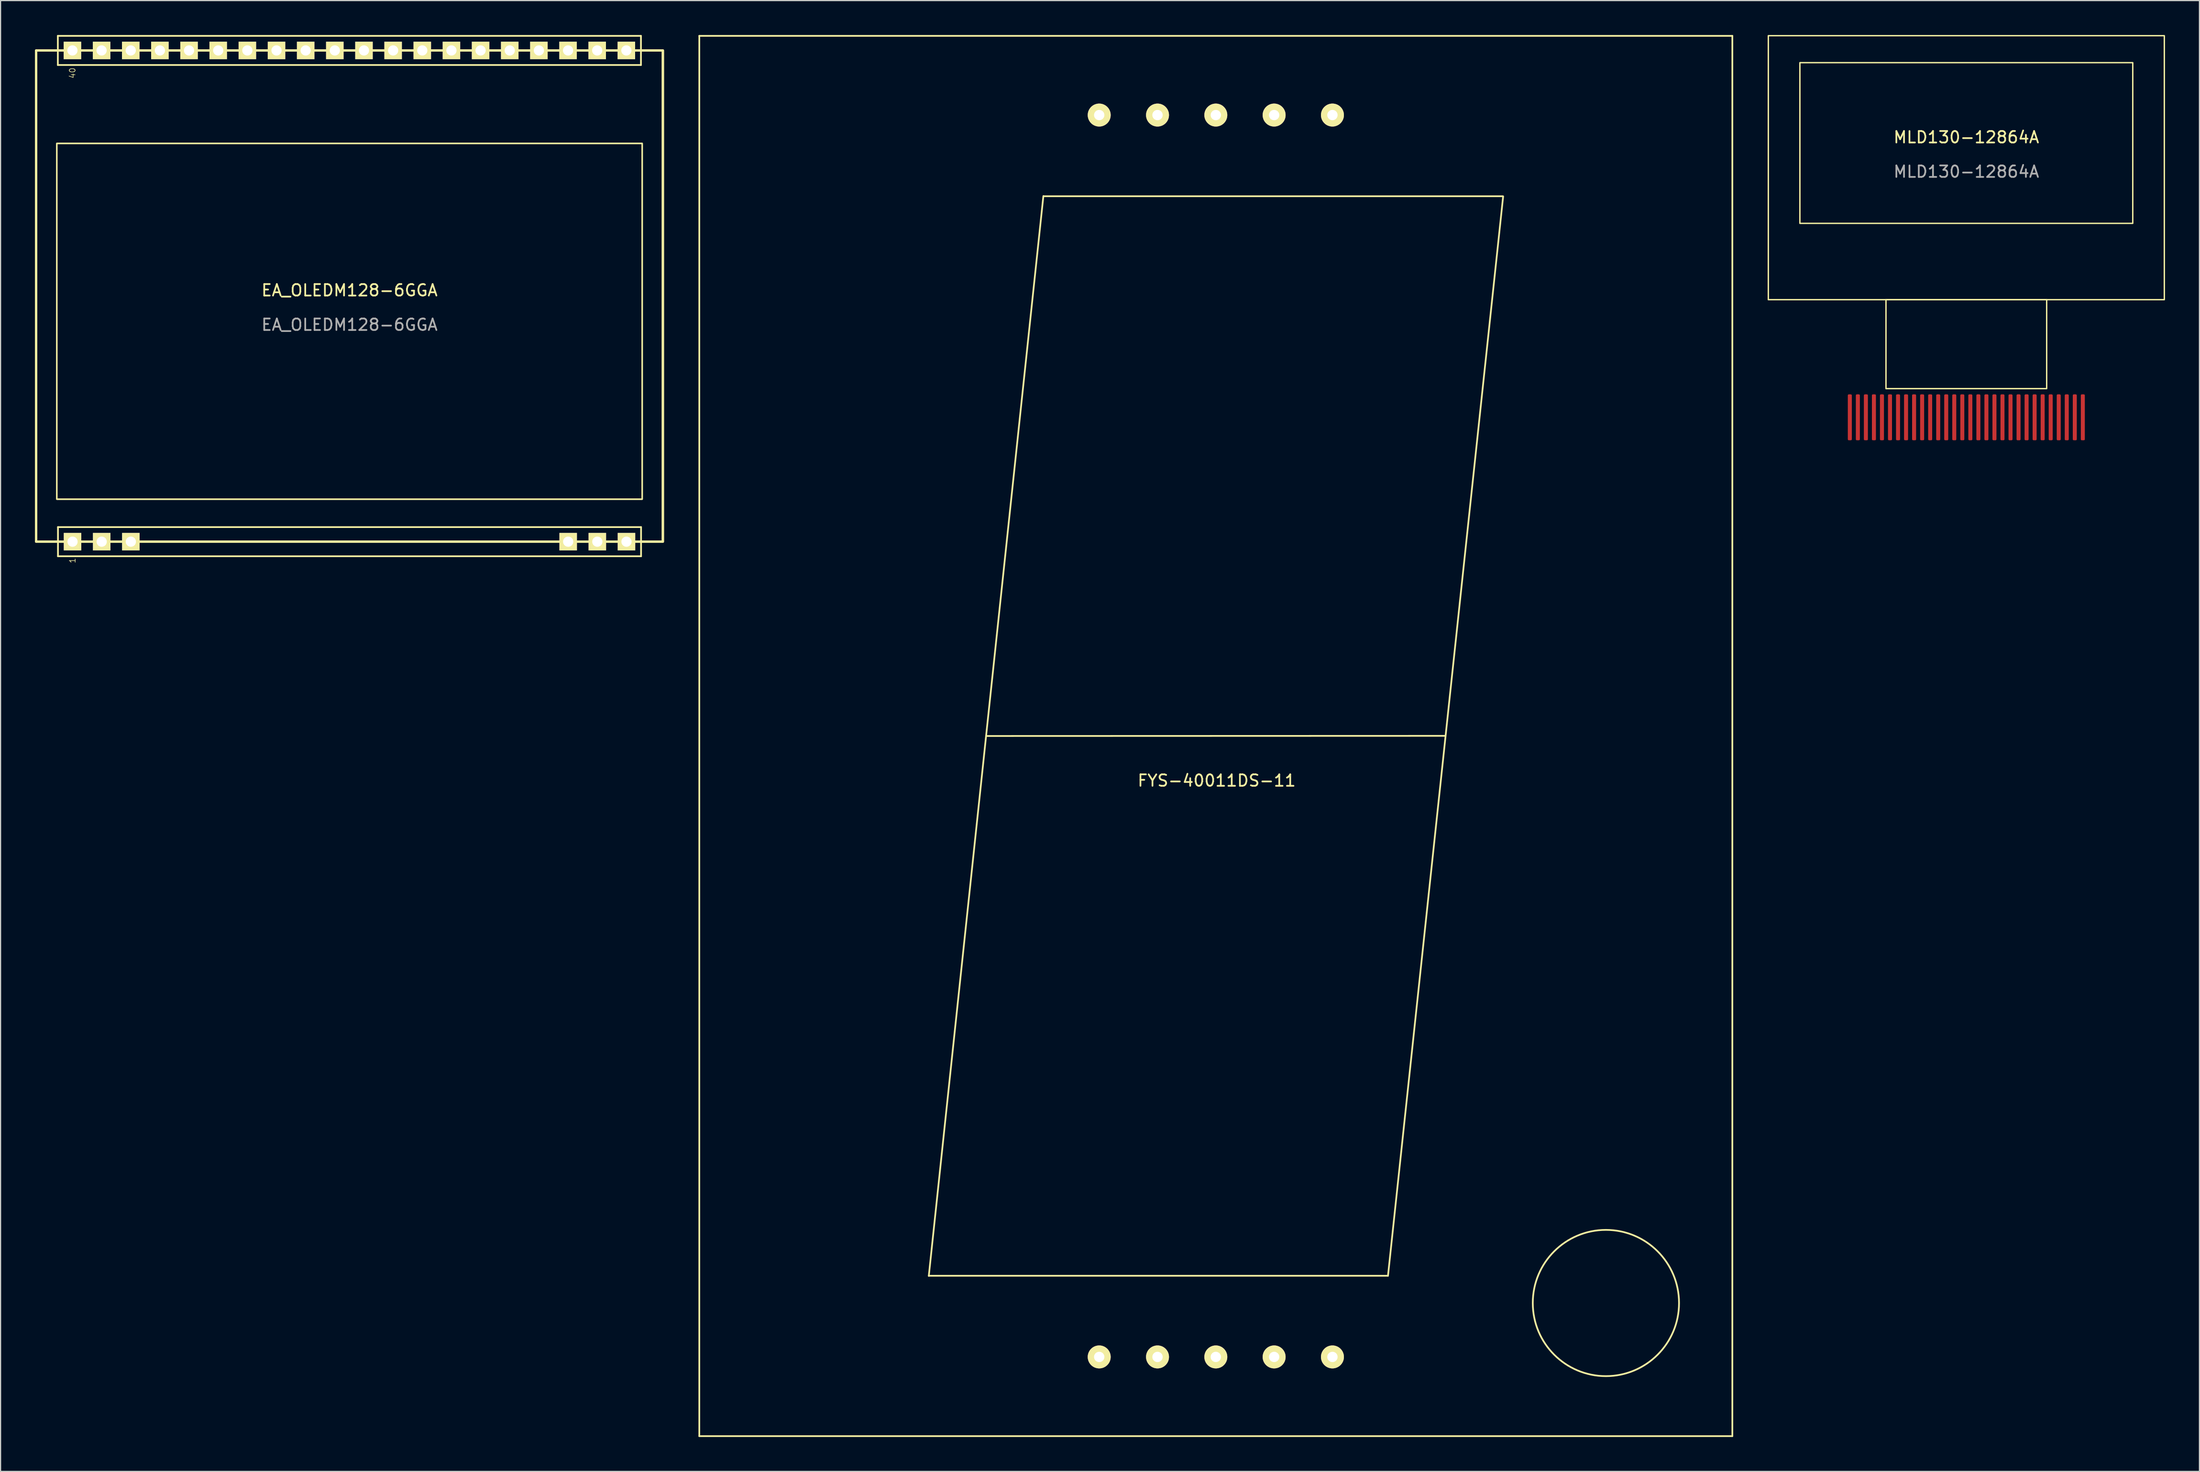
<source format=kicad_pcb>
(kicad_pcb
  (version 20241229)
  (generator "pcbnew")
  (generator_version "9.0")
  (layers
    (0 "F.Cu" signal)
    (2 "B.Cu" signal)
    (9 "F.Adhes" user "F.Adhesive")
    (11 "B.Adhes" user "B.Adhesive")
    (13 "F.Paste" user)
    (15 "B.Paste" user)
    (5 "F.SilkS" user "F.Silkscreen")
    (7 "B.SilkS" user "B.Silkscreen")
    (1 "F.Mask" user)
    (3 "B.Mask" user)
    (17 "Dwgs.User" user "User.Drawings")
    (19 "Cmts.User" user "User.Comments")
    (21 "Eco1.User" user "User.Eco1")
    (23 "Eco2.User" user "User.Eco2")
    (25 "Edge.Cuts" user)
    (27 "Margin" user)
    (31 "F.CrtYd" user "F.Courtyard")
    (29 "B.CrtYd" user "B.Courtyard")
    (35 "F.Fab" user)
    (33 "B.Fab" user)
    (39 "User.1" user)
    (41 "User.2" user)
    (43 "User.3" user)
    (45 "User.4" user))
  (footprint "EA_OLEDM128-6GGA"
    (layer "F.Cu")
    (at 27.4 22.745)
    (property "Reference" "EA_OLEDM128-6GGA" (at 0 -0.5 0) (unlocked yes) (layer "F.SilkS") (effects (font (size 1 1) (thickness 0.15))))
    (attr through_hole)
    (fp_line (start -25.41 -22.67) (end 25.39 -22.67) (stroke (width 0.15) (type solid)) (layer "F.SilkS"))
    (fp_line (start -25.41 -20.13) (end -25.41 -22.67) (stroke (width 0.15) (type solid)) (layer "F.SilkS"))
    (fp_line (start -25.4 20.13) (end 25.4 20.13) (stroke (width 0.15) (type solid)) (layer "F.SilkS"))
    (fp_line (start -25.4 22.67) (end -25.4 20.13) (stroke (width 0.15) (type solid)) (layer "F.SilkS"))
    (fp_line (start 25.39 -22.67) (end 25.39 -20.13) (stroke (width 0.15) (type solid)) (layer "F.SilkS"))
    (fp_line (start 25.39 -20.13) (end -25.41 -20.13) (stroke (width 0.15) (type solid)) (layer "F.SilkS"))
    (fp_line (start 25.4 20.13) (end 25.4 22.67) (stroke (width 0.15) (type solid)) (layer "F.SilkS"))
    (fp_line (start 25.4 22.67) (end -25.4 22.67) (stroke (width 0.15) (type solid)) (layer "F.SilkS"))
    (fp_rect (start -27.3 -21.4) (end 27.3 21.4) (stroke (width 0.2) (type solid)) (fill no) (layer "F.SilkS"))
    (fp_rect (start -27.3 -21.4) (end 27.3 21.4) (stroke (width 0.2) (type solid)) (fill no) (layer "F.SilkS"))
    (fp_rect (start -25.5 -13.3) (end 25.5 17.7) (stroke (width 0.12) (type solid)) (fill no) (layer "F.SilkS"))
    (fp_rect (start -25.5 -13.3) (end 25.5 17.7) (stroke (width 0.12) (type solid)) (fill no) (layer "F.SilkS"))
    (fp_text user "40" (at -24.14 -19.43 90) (layer "F.SilkS") (effects (font (size 0.5 0.5) (thickness 0.05))))
    (fp_text user "1" (at -24.13 23.051 90) (layer "F.SilkS") (effects (font (size 0.5 0.5) (thickness 0.05))))
    (fp_text user "${REFERENCE}" (at 0 2.5 0) (unlocked yes) (layer "F.Fab") (effects (font (size 1 1) (thickness 0.15))))
    (pad "1" thru_hole rect (at -24.13 21.4 90) (size 1.524 1.524) (drill 0.889) (layers "*.Cu" "*.Mask" "F.SilkS"))
    (pad "2" thru_hole rect (at -21.59 21.4 90) (size 1.524 1.524) (drill 0.889) (layers "*.Cu" "*.Mask" "F.SilkS"))
    (pad "3" thru_hole rect (at -19.05 21.4 90) (size 1.524 1.524) (drill 0.889) (layers "*.Cu" "*.Mask" "F.SilkS"))
    (pad "18" thru_hole rect (at 19.05 21.4 90) (size 1.524 1.524) (drill 0.889) (layers "*.Cu" "*.Mask" "F.SilkS"))
    (pad "19" thru_hole rect (at 21.59 21.4 90) (size 1.524 1.524) (drill 0.889) (layers "*.Cu" "*.Mask" "F.SilkS"))
    (pad "20" thru_hole rect (at 24.13 21.4 90) (size 1.524 1.524) (drill 0.889) (layers "*.Cu" "*.Mask" "F.SilkS"))
    (pad "21" thru_hole rect (at 24.12 -21.4 90) (size 1.524 1.524) (drill 0.889) (layers "*.Cu" "*.Mask" "F.SilkS"))
    (pad "22" thru_hole rect (at 21.58 -21.4 90) (size 1.524 1.524) (drill 0.889) (layers "*.Cu" "*.Mask" "F.SilkS"))
    (pad "23" thru_hole rect (at 19.04 -21.4 90) (size 1.524 1.524) (drill 0.889) (layers "*.Cu" "*.Mask" "F.SilkS"))
    (pad "24" thru_hole rect (at 16.5 -21.4 90) (size 1.524 1.524) (drill 0.889) (layers "*.Cu" "*.Mask" "F.SilkS"))
    (pad "25" thru_hole rect (at 13.96 -21.4 90) (size 1.524 1.524) (drill 0.889) (layers "*.Cu" "*.Mask" "F.SilkS"))
    (pad "26" thru_hole rect (at 11.42 -21.4 90) (size 1.524 1.524) (drill 0.889) (layers "*.Cu" "*.Mask" "F.SilkS"))
    (pad "27" thru_hole rect (at 8.88 -21.4 90) (size 1.524 1.524) (drill 0.889) (layers "*.Cu" "*.Mask" "F.SilkS"))
    (pad "28" thru_hole rect (at 6.34 -21.4 90) (size 1.524 1.524) (drill 0.889) (layers "*.Cu" "*.Mask" "F.SilkS"))
    (pad "29" thru_hole rect (at 3.8 -21.4 90) (size 1.524 1.524) (drill 0.889) (layers "*.Cu" "*.Mask" "F.SilkS"))
    (pad "30" thru_hole rect (at 1.26 -21.4 90) (size 1.524 1.524) (drill 0.889) (layers "*.Cu" "*.Mask" "F.SilkS"))
    (pad "31" thru_hole rect (at -1.28 -21.4 90) (size 1.524 1.524) (drill 0.889) (layers "*.Cu" "*.Mask" "F.SilkS"))
    (pad "32" thru_hole rect (at -3.82 -21.4 90) (size 1.524 1.524) (drill 0.889) (layers "*.Cu" "*.Mask" "F.SilkS"))
    (pad "33" thru_hole rect (at -6.36 -21.4 90) (size 1.524 1.524) (drill 0.889) (layers "*.Cu" "*.Mask" "F.SilkS"))
    (pad "34" thru_hole rect (at -8.9 -21.4 90) (size 1.524 1.524) (drill 0.889) (layers "*.Cu" "*.Mask" "F.SilkS"))
    (pad "35" thru_hole rect (at -11.44 -21.4 90) (size 1.524 1.524) (drill 0.889) (layers "*.Cu" "*.Mask" "F.SilkS"))
    (pad "36" thru_hole rect (at -13.98 -21.4 90) (size 1.524 1.524) (drill 0.889) (layers "*.Cu" "*.Mask" "F.SilkS"))
    (pad "37" thru_hole rect (at -16.52 -21.4 90) (size 1.524 1.524) (drill 0.889) (layers "*.Cu" "*.Mask" "F.SilkS"))
    (pad "38" thru_hole rect (at -19.06 -21.4 90) (size 1.524 1.524) (drill 0.889) (layers "*.Cu" "*.Mask" "F.SilkS"))
    (pad "39" thru_hole rect (at -21.6 -21.4 90) (size 1.524 1.524) (drill 0.889) (layers "*.Cu" "*.Mask" "F.SilkS"))
    (pad "40" thru_hole rect (at -24.14 -21.4 90) (size 1.524 1.524) (drill 0.889) (layers "*.Cu" "*.Mask" "F.SilkS")))
  (footprint "FYS-40011DS-11"
    (layer "F.Cu")
    (at 102.875 61.075)
    (property "Reference" "FYS-40011DS-11" (at 0.076 3.886 0) (layer "F.SilkS") (effects (font (size 1 1) (thickness 0.15))))
    (attr through_hole)
    (fp_line (start -45 -61) (end 45 -61) (stroke (width 0.15) (type solid)) (layer "F.SilkS"))
    (fp_line (start -45 61) (end -45 -61) (stroke (width 0.15) (type solid)) (layer "F.SilkS"))
    (fp_line (start -25 47.028) (end 15 47.028) (stroke (width 0.15) (type solid)) (layer "F.SilkS"))
    (fp_line (start -20.015 0) (end 20.003 -0.013) (stroke (width 0.15) (type solid)) (layer "F.SilkS"))
    (fp_line (start -15.024 -47.041) (end -25.006 47.041) (stroke (width 0.15) (type solid)) (layer "F.SilkS"))
    (fp_line (start -15 -47.028) (end 25 -47.028) (stroke (width 0.15) (type solid)) (layer "F.SilkS"))
    (fp_line (start 25.032 -47.015) (end 14.999 47.028) (stroke (width 0.15) (type solid)) (layer "F.SilkS"))
    (fp_line (start 45 -61) (end 45 61) (stroke (width 0.15) (type solid)) (layer "F.SilkS"))
    (fp_line (start 45 61) (end -45 61) (stroke (width 0.15) (type solid)) (layer "F.SilkS"))
    (fp_circle (center 33.985 49.403) (end 31.826 43.409) (stroke (width 0.15) (type solid)) (fill no) (layer "F.SilkS"))
    (pad "1" thru_hole circle (at -10.16 54.1) (size 2 2) (drill 0.9) (layers "*.Cu" "*.Mask" "F.SilkS"))
    (pad "2" thru_hole circle (at -5.08 54.1) (size 2 2) (drill 0.9) (layers "*.Cu" "*.Mask" "F.SilkS"))
    (pad "3" thru_hole circle (at 0 54.1) (size 2 2) (drill 0.9) (layers "*.Cu" "*.Mask" "F.SilkS"))
    (pad "4" thru_hole circle (at 5.08 54.1) (size 2 2) (drill 0.9) (layers "*.Cu" "*.Mask" "F.SilkS"))
    (pad "5" thru_hole circle (at 10.16 54.1) (size 2 2) (drill 0.9) (layers "*.Cu" "*.Mask" "F.SilkS"))
    (pad "6" thru_hole circle (at 10.16 -54.1) (size 2 2) (drill 0.9) (layers "*.Cu" "*.Mask" "F.SilkS"))
    (pad "7" thru_hole circle (at 5.08 -54.1) (size 2 2) (drill 0.9) (layers "*.Cu" "*.Mask" "F.SilkS"))
    (pad "8" thru_hole circle (at 0 -54.1) (size 2 2) (drill 0.9) (layers "*.Cu" "*.Mask" "F.SilkS"))
    (pad "9" thru_hole circle (at -5.08 -54.1) (size 2 2) (drill 0.9) (layers "*.Cu" "*.Mask" "F.SilkS"))
    (pad "10" thru_hole circle (at -10.16 -54.1) (size 2 2) (drill 0.9) (layers "*.Cu" "*.Mask" "F.SilkS")))
  (footprint "MLD130-12864A"
    (layer "F.Cu")
    (at 168.26 9.41)
    (property "Reference" "MLD130-12864A" (at 0 -0.5 0) (unlocked yes) (layer "F.SilkS") (effects (font (size 1 1) (thickness 0.15))))
    (attr smd)
    (fp_rect (start -17.25 -9.35) (end 17.25 13.65) (stroke (width 0.12) (type solid)) (fill no) (layer "F.SilkS"))
    (fp_rect (start -14.5 7) (end 14.5 -7) (stroke (width 0.12) (type solid)) (fill no) (layer "F.SilkS"))
    (fp_rect (start -7 13.65) (end 7 21.4) (stroke (width 0.12) (type solid)) (fill no) (layer "F.SilkS"))
    (fp_text user "${REFERENCE}" (at 0 2.5 0) (unlocked yes) (layer "F.Fab") (effects (font (size 1 1) (thickness 0.15))))
    (pad "1" smd roundrect (at -10.15 23.9) (size 0.35 4) (layers "F.Cu" "F.Mask" "F.Paste") (roundrect_rratio 0.25))
    (pad "2" smd roundrect (at -9.45 23.9) (size 0.35 4) (layers "F.Cu" "F.Mask" "F.Paste") (roundrect_rratio 0.25))
    (pad "3" smd roundrect (at -8.75 23.9) (size 0.35 4) (layers "F.Cu" "F.Mask" "F.Paste") (roundrect_rratio 0.25))
    (pad "4" smd roundrect (at -8.05 23.9) (size 0.35 4) (layers "F.Cu" "F.Mask" "F.Paste") (roundrect_rratio 0.25))
    (pad "5" smd roundrect (at -7.35 23.9) (size 0.35 4) (layers "F.Cu" "F.Mask" "F.Paste") (roundrect_rratio 0.25))
    (pad "6" smd roundrect (at -6.65 23.9) (size 0.35 4) (layers "F.Cu" "F.Mask" "F.Paste") (roundrect_rratio 0.25))
    (pad "7" smd roundrect (at -5.95 23.9) (size 0.35 4) (layers "F.Cu" "F.Mask" "F.Paste") (roundrect_rratio 0.25))
    (pad "8" smd roundrect (at -5.25 23.9) (size 0.35 4) (layers "F.Cu" "F.Mask" "F.Paste") (roundrect_rratio 0.25))
    (pad "9" smd roundrect (at -4.55 23.9) (size 0.35 4) (layers "F.Cu" "F.Mask" "F.Paste") (roundrect_rratio 0.25))
    (pad "10" smd roundrect (at -3.85 23.9) (size 0.35 4) (layers "F.Cu" "F.Mask" "F.Paste") (roundrect_rratio 0.25))
    (pad "11" smd roundrect (at -3.15 23.9) (size 0.35 4) (layers "F.Cu" "F.Mask" "F.Paste") (roundrect_rratio 0.25))
    (pad "12" smd roundrect (at -2.45 23.9) (size 0.35 4) (layers "F.Cu" "F.Mask" "F.Paste") (roundrect_rratio 0.25))
    (pad "13" smd roundrect (at -1.75 23.9) (size 0.35 4) (layers "F.Cu" "F.Mask" "F.Paste") (roundrect_rratio 0.25))
    (pad "14" smd roundrect (at -1.05 23.9) (size 0.35 4) (layers "F.Cu" "F.Mask" "F.Paste") (roundrect_rratio 0.25))
    (pad "15" smd roundrect (at -0.35 23.9) (size 0.35 4) (layers "F.Cu" "F.Mask" "F.Paste") (roundrect_rratio 0.25))
    (pad "16" smd roundrect (at 0.35 23.9) (size 0.35 4) (layers "F.Cu" "F.Mask" "F.Paste") (roundrect_rratio 0.25))
    (pad "17" smd roundrect (at 1.05 23.9) (size 0.35 4) (layers "F.Cu" "F.Mask" "F.Paste") (roundrect_rratio 0.25))
    (pad "18" smd roundrect (at 1.75 23.9) (size 0.35 4) (layers "F.Cu" "F.Mask" "F.Paste") (roundrect_rratio 0.25))
    (pad "19" smd roundrect (at 2.45 23.9) (size 0.35 4) (layers "F.Cu" "F.Mask" "F.Paste") (roundrect_rratio 0.25))
    (pad "20" smd roundrect (at 3.15 23.9) (size 0.35 4) (layers "F.Cu" "F.Mask" "F.Paste") (roundrect_rratio 0.25))
    (pad "21" smd roundrect (at 3.85 23.9) (size 0.35 4) (layers "F.Cu" "F.Mask" "F.Paste") (roundrect_rratio 0.25))
    (pad "22" smd roundrect (at 4.55 23.9) (size 0.35 4) (layers "F.Cu" "F.Mask" "F.Paste") (roundrect_rratio 0.25))
    (pad "23" smd roundrect (at 5.25 23.9) (size 0.35 4) (layers "F.Cu" "F.Mask" "F.Paste") (roundrect_rratio 0.25))
    (pad "24" smd roundrect (at 5.95 23.9) (size 0.35 4) (layers "F.Cu" "F.Mask" "F.Paste") (roundrect_rratio 0.25))
    (pad "25" smd roundrect (at 6.65 23.9) (size 0.35 4) (layers "F.Cu" "F.Mask" "F.Paste") (roundrect_rratio 0.25))
    (pad "26" smd roundrect (at 7.35 23.9) (size 0.35 4) (layers "F.Cu" "F.Mask" "F.Paste") (roundrect_rratio 0.25))
    (pad "27" smd roundrect (at 8.05 23.9) (size 0.35 4) (layers "F.Cu" "F.Mask" "F.Paste") (roundrect_rratio 0.25))
    (pad "28" smd roundrect (at 8.75 23.9) (size 0.35 4) (layers "F.Cu" "F.Mask" "F.Paste") (roundrect_rratio 0.25))
    (pad "29" smd roundrect (at 9.45 23.9) (size 0.35 4) (layers "F.Cu" "F.Mask" "F.Paste") (roundrect_rratio 0.25))
    (pad "30" smd roundrect (at 10.15 23.9) (size 0.35 4) (layers "F.Cu" "F.Mask" "F.Paste") (roundrect_rratio 0.25)))
  (gr_rect
    (start -3 -3)
    (end 188.57 125.15)
    (stroke (width 0.1) (type default))
    (fill no)
    (layer "Edge.Cuts")))
</source>
